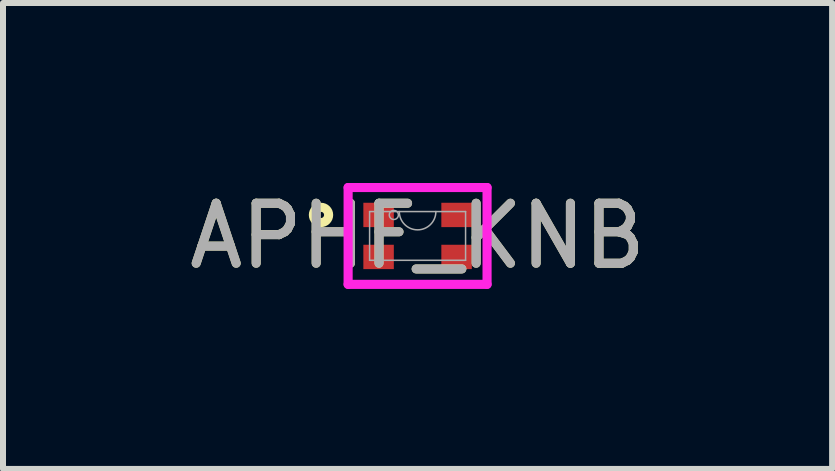
<source format=kicad_pcb>
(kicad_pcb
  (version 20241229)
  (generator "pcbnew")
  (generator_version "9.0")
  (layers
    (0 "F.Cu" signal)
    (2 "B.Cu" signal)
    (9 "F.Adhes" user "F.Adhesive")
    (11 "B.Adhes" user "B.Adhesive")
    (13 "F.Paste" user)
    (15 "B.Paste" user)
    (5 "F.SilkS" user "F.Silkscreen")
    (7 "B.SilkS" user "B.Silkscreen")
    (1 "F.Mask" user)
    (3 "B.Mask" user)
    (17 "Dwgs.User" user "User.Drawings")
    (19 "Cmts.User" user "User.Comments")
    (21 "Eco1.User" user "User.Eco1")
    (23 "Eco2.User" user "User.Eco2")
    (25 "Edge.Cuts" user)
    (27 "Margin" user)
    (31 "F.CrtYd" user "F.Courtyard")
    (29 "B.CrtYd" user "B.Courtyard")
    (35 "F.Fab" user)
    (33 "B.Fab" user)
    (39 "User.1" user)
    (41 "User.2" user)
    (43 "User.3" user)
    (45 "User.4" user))
  (footprint "APHF_KNB"
    (layer "F.Cu")
    (at 3.911 0.883)
    (property "Reference" "APHF_KNB" (at 0 0 0) (unlocked yes) (layer "F.SilkS") (effects (font (size 1 1) (thickness 0.15))))
    (attr smd)
    (fp_circle (center -1.61 -0.35) (end -1.483 -0.35) (stroke (width 0.152) (type solid)) (fill no) (layer "F.SilkS"))
    (fp_line (start -1.158 -0.807) (end -1.158 0.807) (stroke (width 0.152) (type solid)) (layer "F.CrtYd"))
    (fp_line (start -1.158 0.807) (end 1.158 0.807) (stroke (width 0.152) (type solid)) (layer "F.CrtYd"))
    (fp_line (start 1.158 -0.807) (end -1.158 -0.807) (stroke (width 0.152) (type solid)) (layer "F.CrtYd"))
    (fp_line (start 1.158 0.807) (end 1.158 -0.807) (stroke (width 0.152) (type solid)) (layer "F.CrtYd"))
    (fp_line (start -0.8 -0.406) (end -0.8 0.406) (stroke (width 0.025) (type solid)) (layer "F.Fab"))
    (fp_line (start -0.8 0.406) (end 0.8 0.406) (stroke (width 0.025) (type solid)) (layer "F.Fab"))
    (fp_line (start 0.8 -0.406) (end -0.8 -0.406) (stroke (width 0.025) (type solid)) (layer "F.Fab"))
    (fp_line (start 0.8 0.406) (end 0.8 -0.406) (stroke (width 0.025) (type solid)) (layer "F.Fab"))
    (fp_arc (start 0.3048 -0.4064) (mid 0 -0.1016) (end -0.3048 -0.4064) (stroke (width 0.0254) (type solid)) (layer "F.Fab"))
    (fp_circle (center -0.396 -0.35) (end -0.32 -0.35) (stroke (width 0.025) (type solid)) (fill no) (layer "F.Fab"))
    (fp_text user "${REFERENCE}" (at 0 0 0) (unlocked yes) (layer "F.Fab") (effects (font (size 1 1) (thickness 0.15))))
    (pad "1" smd rect (at -0.65 -0.35) (size 0.508 0.406) (layers "F.Cu" "F.Mask" "F.Paste"))
    (pad "2" smd rect (at -0.65 0.35) (size 0.508 0.406) (layers "F.Cu" "F.Mask" "F.Paste"))
    (pad "3" smd rect (at 0.65 0.35) (size 0.508 0.406) (layers "F.Cu" "F.Mask" "F.Paste"))
    (pad "4" smd rect (at 0.65 -0.35) (size 0.508 0.406) (layers "F.Cu" "F.Mask" "F.Paste")))
  (gr_rect
    (start -3 -3)
    (end 10.821 4.767)
    (stroke (width 0.1) (type default))
    (fill no)
    (layer "Edge.Cuts")))
</source>
